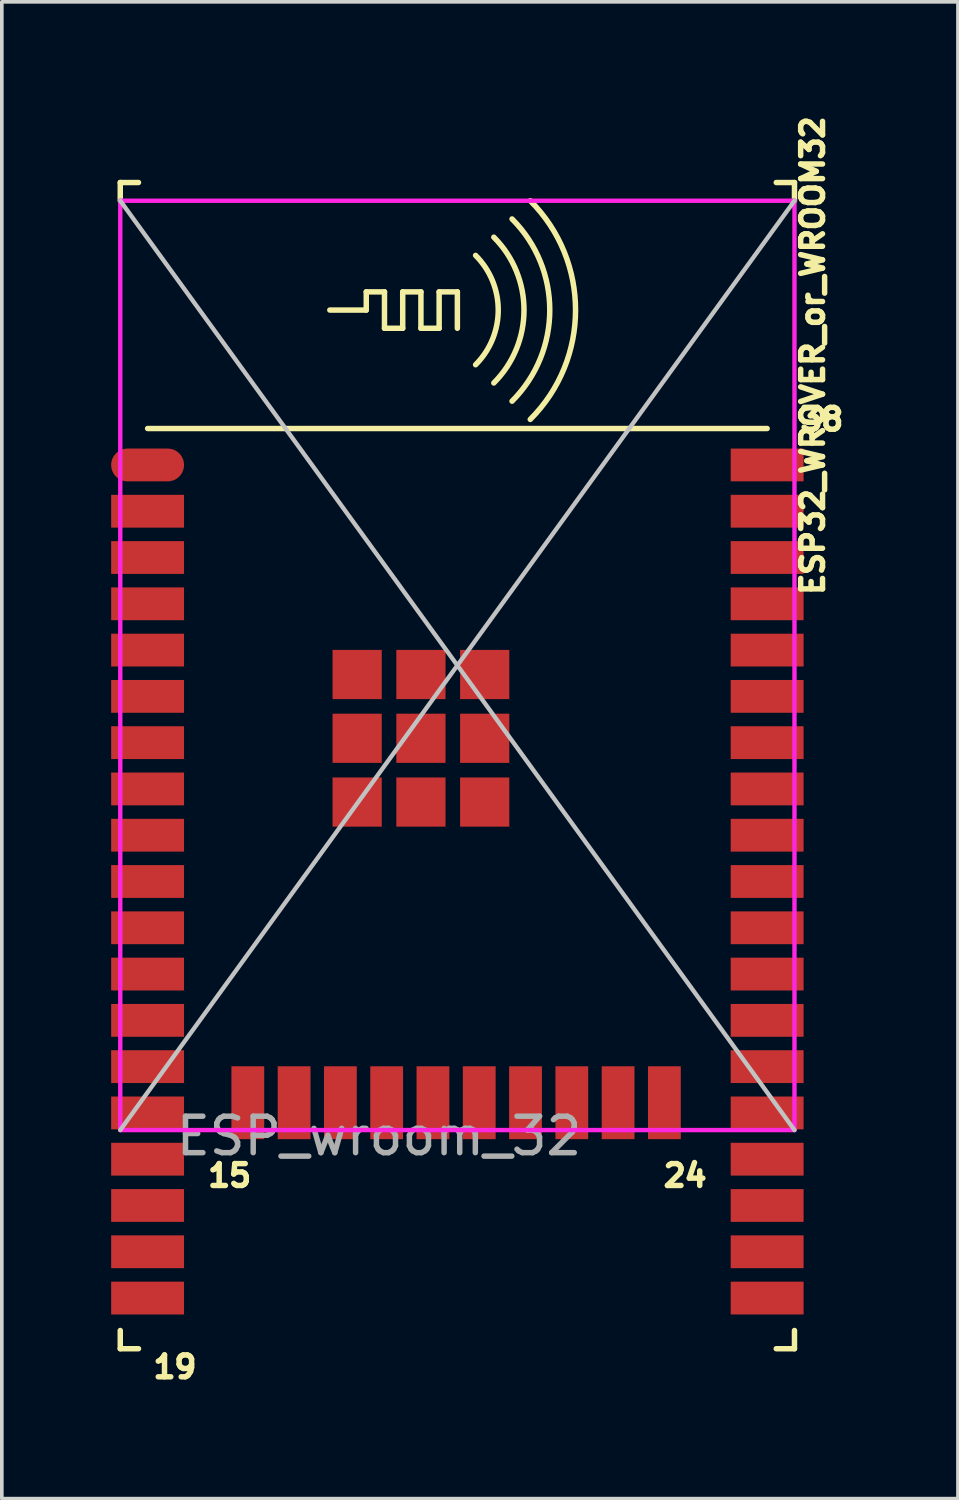
<source format=kicad_pcb>
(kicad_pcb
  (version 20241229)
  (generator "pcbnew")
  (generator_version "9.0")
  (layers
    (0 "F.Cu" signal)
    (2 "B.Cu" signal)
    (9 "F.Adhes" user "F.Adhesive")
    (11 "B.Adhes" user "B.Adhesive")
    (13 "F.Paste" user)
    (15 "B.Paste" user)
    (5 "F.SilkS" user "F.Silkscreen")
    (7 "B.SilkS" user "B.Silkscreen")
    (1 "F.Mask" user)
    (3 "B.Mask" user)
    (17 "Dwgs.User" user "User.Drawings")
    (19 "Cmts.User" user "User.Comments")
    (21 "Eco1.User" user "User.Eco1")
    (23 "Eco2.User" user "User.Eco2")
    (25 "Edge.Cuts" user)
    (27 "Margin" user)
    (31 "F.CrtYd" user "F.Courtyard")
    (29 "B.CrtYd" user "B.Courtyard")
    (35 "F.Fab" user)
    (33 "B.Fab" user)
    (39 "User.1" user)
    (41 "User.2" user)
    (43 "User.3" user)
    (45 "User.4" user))
  (footprint "ESP32_WROVER_or_WROOM32"
    (layer "F.Cu")
    (at 9.5 15.208)
    (property "Reference" "ESP32_WROVER_or_WROOM32" (at 9.75 -8.5 270) (layer "F.SilkS") (effects (font (size 0.6 0.6) (thickness 0.15))))
    (attr smd)
    (fp_line (start -9.25 -13.25) (end -9.25 -12.75) (stroke (width 0.15) (type solid)) (layer "F.SilkS"))
    (fp_line (start -9.25 -13.25) (end -8.75 -13.25) (stroke (width 0.15) (type solid)) (layer "F.SilkS"))
    (fp_line (start -9.25 18.75) (end -9.25 18.25) (stroke (width 0.15) (type solid)) (layer "F.SilkS"))
    (fp_line (start -9.25 18.75) (end -8.75 18.75) (stroke (width 0.15) (type solid)) (layer "F.SilkS"))
    (fp_line (start -8.5 -6.5) (end 8.5 -6.5) (stroke (width 0.15) (type solid)) (layer "F.SilkS"))
    (fp_line (start -3.5 -9.75) (end -2.5 -9.75) (stroke (width 0.15) (type solid)) (layer "F.SilkS"))
    (fp_line (start -2.5 -10.25) (end -2 -10.25) (stroke (width 0.15) (type solid)) (layer "F.SilkS"))
    (fp_line (start -2.5 -9.75) (end -2.5 -10.25) (stroke (width 0.15) (type solid)) (layer "F.SilkS"))
    (fp_line (start -2 -10.25) (end -2 -9.25) (stroke (width 0.15) (type solid)) (layer "F.SilkS"))
    (fp_line (start -2 -9.25) (end -1.5 -9.25) (stroke (width 0.15) (type solid)) (layer "F.SilkS"))
    (fp_line (start -1.5 -10.25) (end -1 -10.25) (stroke (width 0.15) (type solid)) (layer "F.SilkS"))
    (fp_line (start -1.5 -9.25) (end -1.5 -10.25) (stroke (width 0.15) (type solid)) (layer "F.SilkS"))
    (fp_line (start -1 -10.25) (end -1 -9.25) (stroke (width 0.15) (type solid)) (layer "F.SilkS"))
    (fp_line (start -1 -9.25) (end -0.5 -9.25) (stroke (width 0.15) (type solid)) (layer "F.SilkS"))
    (fp_line (start -0.5 -10.25) (end 0 -10.25) (stroke (width 0.15) (type solid)) (layer "F.SilkS"))
    (fp_line (start -0.5 -9.25) (end -0.5 -10.25) (stroke (width 0.15) (type solid)) (layer "F.SilkS"))
    (fp_line (start 0 -10.25) (end 0 -9.25) (stroke (width 0.15) (type solid)) (layer "F.SilkS"))
    (fp_line (start 9.25 -13.25) (end 8.75 -13.25) (stroke (width 0.15) (type solid)) (layer "F.SilkS"))
    (fp_line (start 9.25 -13.25) (end 9.25 -12.75) (stroke (width 0.15) (type solid)) (layer "F.SilkS"))
    (fp_line (start 9.25 18.75) (end 8.75 18.75) (stroke (width 0.15) (type solid)) (layer "F.SilkS"))
    (fp_line (start 9.25 18.75) (end 9.25 18.25) (stroke (width 0.15) (type solid)) (layer "F.SilkS"))
    (fp_arc (start 0.499999 -11.249999) (mid 1.121319 -9.75) (end 0.499999 -8.250001) (stroke (width 0.15) (type solid)) (layer "F.SilkS"))
    (fp_arc (start 0.999999 -11.749999) (mid 1.828426 -9.75) (end 0.999999 -7.750001) (stroke (width 0.15) (type solid)) (layer "F.SilkS"))
    (fp_arc (start 1.499999 -12.249999) (mid 2.535532 -9.75) (end 1.499999 -7.250001) (stroke (width 0.15) (type solid)) (layer "F.SilkS"))
    (fp_arc (start 1.999999 -12.749999) (mid 3.242639 -9.75) (end 1.999999 -6.750001) (stroke (width 0.15) (type solid)) (layer "F.SilkS"))
    (fp_line (start -9.25 -12.75) (end 9.25 12.75) (stroke (width 0.12) (type solid)) (layer "Dwgs.User"))
    (fp_line (start -9.25 12.75) (end 9.25 -12.75) (stroke (width 0.12) (type solid)) (layer "Dwgs.User"))
    (fp_line (start -9.25 -12.75) (end 9.25 -12.75) (stroke (width 0.12) (type solid)) (layer "F.CrtYd"))
    (fp_line (start -9.25 12.75) (end -9.25 -12.75) (stroke (width 0.12) (type solid)) (layer "F.CrtYd"))
    (fp_line (start 9.25 -12.75) (end 9.25 12.75) (stroke (width 0.12) (type solid)) (layer "F.CrtYd"))
    (fp_line (start 9.25 12.75) (end -9.25 12.75) (stroke (width 0.12) (type solid)) (layer "F.CrtYd"))
    (fp_text user "19" (at -7.75 19.25 0) (layer "F.SilkS") (effects (font (size 0.6 0.6) (thickness 0.15))))
    (fp_text user "38" (at 10 -6.75 0) (layer "F.SilkS") (effects (font (size 0.6 0.6) (thickness 0.15))))
    (fp_text user "24" (at 6.25 14 0) (layer "F.SilkS") (effects (font (size 0.6 0.6) (thickness 0.15))))
    (fp_text user "15" (at -6.25 14 0) (layer "F.SilkS") (effects (font (size 0.6 0.6) (thickness 0.15))))
    (fp_text user "ESP_wroom_32" (at -2.15 12.915 0) (layer "F.Fab") (effects (font (size 1 1) (thickness 0.15))))
    (pad "1" smd oval (at -8.5 -5.5) (size 2 0.9) (layers "F.Cu" "F.Mask" "F.Paste"))
    (pad "2" smd rect (at -8.5 -4.23) (size 2 0.9) (layers "F.Cu" "F.Mask" "F.Paste"))
    (pad "3" smd rect (at -8.5 -2.96) (size 2 0.9) (layers "F.Cu" "F.Mask" "F.Paste"))
    (pad "4" smd rect (at -8.5 -1.69) (size 2 0.9) (layers "F.Cu" "F.Mask" "F.Paste"))
    (pad "5" smd rect (at -8.5 -0.42) (size 2 0.9) (layers "F.Cu" "F.Mask" "F.Paste"))
    (pad "6" smd rect (at -8.5 0.85) (size 2 0.9) (layers "F.Cu" "F.Mask" "F.Paste"))
    (pad "7" smd rect (at -8.5 2.12) (size 2 0.9) (layers "F.Cu" "F.Mask" "F.Paste"))
    (pad "8" smd rect (at -8.5 3.39) (size 2 0.9) (layers "F.Cu" "F.Mask" "F.Paste"))
    (pad "9" smd rect (at -8.5 4.66) (size 2 0.9) (layers "F.Cu" "F.Mask" "F.Paste"))
    (pad "10" smd rect (at -8.5 5.93) (size 2 0.9) (layers "F.Cu" "F.Mask" "F.Paste"))
    (pad "11" smd rect (at -8.5 7.2) (size 2 0.9) (layers "F.Cu" "F.Mask" "F.Paste"))
    (pad "12" smd rect (at -8.5 8.47) (size 2 0.9) (layers "F.Cu" "F.Mask" "F.Paste"))
    (pad "13" smd rect (at -8.5 9.74) (size 2 0.9) (layers "F.Cu" "F.Mask" "F.Paste"))
    (pad "14" smd rect (at -8.5 11.01) (size 2 0.9) (layers "F.Cu" "F.Mask" "F.Paste"))
    (pad "15" smd rect (at -8.5 12.28) (size 2 0.9) (layers "F.Cu" "F.Mask" "F.Paste"))
    (pad "15" smd rect (at -5.75 12) (size 0.9 2) (layers "F.Cu" "F.Mask" "F.Paste"))
    (pad "16" smd rect (at -8.5 13.55) (size 2 0.9) (layers "F.Cu" "F.Mask" "F.Paste"))
    (pad "16" smd rect (at -4.48 12) (size 0.9 2) (layers "F.Cu" "F.Mask" "F.Paste"))
    (pad "17" smd rect (at -8.5 14.82) (size 2 0.9) (layers "F.Cu" "F.Mask" "F.Paste"))
    (pad "17" smd rect (at -3.21 12) (size 0.9 2) (layers "F.Cu" "F.Mask" "F.Paste"))
    (pad "18" smd rect (at -8.5 16.09) (size 2 0.9) (layers "F.Cu" "F.Mask" "F.Paste"))
    (pad "18" smd rect (at -1.94 12) (size 0.9 2) (layers "F.Cu" "F.Mask" "F.Paste"))
    (pad "19" smd rect (at -8.5 17.36) (size 2 0.9) (layers "F.Cu" "F.Mask" "F.Paste"))
    (pad "19" smd rect (at -0.67 12) (size 0.9 2) (layers "F.Cu" "F.Mask" "F.Paste"))
    (pad "20" smd rect (at 0.6 12) (size 0.9 2) (layers "F.Cu" "F.Mask" "F.Paste"))
    (pad "20" smd rect (at 8.5 17.36) (size 2 0.9) (layers "F.Cu" "F.Mask" "F.Paste"))
    (pad "21" smd rect (at 1.87 12) (size 0.9 2) (layers "F.Cu" "F.Mask" "F.Paste"))
    (pad "21" smd rect (at 8.5 16.09) (size 2 0.9) (layers "F.Cu" "F.Mask" "F.Paste"))
    (pad "22" smd rect (at 3.14 12) (size 0.9 2) (layers "F.Cu" "F.Mask" "F.Paste"))
    (pad "22" smd rect (at 8.5 14.82) (size 2 0.9) (layers "F.Cu" "F.Mask" "F.Paste"))
    (pad "23" smd rect (at 4.41 12) (size 0.9 2) (layers "F.Cu" "F.Mask" "F.Paste"))
    (pad "23" smd rect (at 8.5 13.55) (size 2 0.9) (layers "F.Cu" "F.Mask" "F.Paste"))
    (pad "24" smd rect (at 5.68 12) (size 0.9 2) (layers "F.Cu" "F.Mask" "F.Paste"))
    (pad "24" smd rect (at 8.5 12.28) (size 2 0.9) (layers "F.Cu" "F.Mask" "F.Paste"))
    (pad "25" smd rect (at 8.5 11.01) (size 2 0.9) (layers "F.Cu" "F.Mask" "F.Paste"))
    (pad "26" smd rect (at 8.5 9.74) (size 2 0.9) (layers "F.Cu" "F.Mask" "F.Paste"))
    (pad "27" smd rect (at 8.5 8.47) (size 2 0.9) (layers "F.Cu" "F.Mask" "F.Paste"))
    (pad "28" smd rect (at 8.5 7.2) (size 2 0.9) (layers "F.Cu" "F.Mask" "F.Paste"))
    (pad "29" smd rect (at 8.5 5.93) (size 2 0.9) (layers "F.Cu" "F.Mask" "F.Paste"))
    (pad "30" smd rect (at 8.5 4.66) (size 2 0.9) (layers "F.Cu" "F.Mask" "F.Paste"))
    (pad "31" smd rect (at 8.5 3.39) (size 2 0.9) (layers "F.Cu" "F.Mask" "F.Paste"))
    (pad "32" smd rect (at 8.5 2.12) (size 2 0.9) (layers "F.Cu" "F.Mask" "F.Paste"))
    (pad "33" smd rect (at 8.5 0.85) (size 2 0.9) (layers "F.Cu" "F.Mask" "F.Paste"))
    (pad "34" smd rect (at 8.5 -0.42) (size 2 0.9) (layers "F.Cu" "F.Mask" "F.Paste"))
    (pad "35" smd rect (at 8.5 -1.69) (size 2 0.9) (layers "F.Cu" "F.Mask" "F.Paste"))
    (pad "36" smd rect (at 8.5 -2.96) (size 2 0.9) (layers "F.Cu" "F.Mask" "F.Paste"))
    (pad "37" smd rect (at 8.5 -4.23) (size 2 0.9) (layers "F.Cu" "F.Mask" "F.Paste"))
    (pad "38" smd rect (at 8.5 -5.5) (size 2 0.9) (layers "F.Cu" "F.Mask" "F.Paste"))
    (pad "39" smd rect (at -2.75 0.25) (size 1.35 1.35) (layers "F.Cu" "F.Mask" "F.Paste"))
    (pad "39" smd rect (at -2.75 2) (size 1.35 1.35) (layers "F.Cu" "F.Mask" "F.Paste"))
    (pad "39" smd rect (at -2.75 3.75) (size 1.35 1.35) (layers "F.Cu" "F.Mask" "F.Paste"))
    (pad "39" smd rect (at -1 0.25) (size 1.35 1.35) (layers "F.Cu" "F.Mask" "F.Paste"))
    (pad "39" smd rect (at -1 2) (size 1.35 1.35) (layers "F.Cu" "F.Mask" "F.Paste"))
    (pad "39" smd rect (at -1 3.75) (size 1.35 1.35) (layers "F.Cu" "F.Mask" "F.Paste"))
    (pad "39" smd rect (at 0.75 0.25) (size 1.35 1.35) (layers "F.Cu" "F.Mask" "F.Paste"))
    (pad "39" smd rect (at 0.75 2) (size 1.35 1.35) (layers "F.Cu" "F.Mask" "F.Paste"))
    (pad "39" smd rect (at 0.75 3.75) (size 1.35 1.35) (layers "F.Cu" "F.Mask" "F.Paste")))
  (gr_rect
    (start -3 -3)
    (end 23.236 38.072)
    (stroke (width 0.1) (type default))
    (fill no)
    (layer "Edge.Cuts")))
</source>
